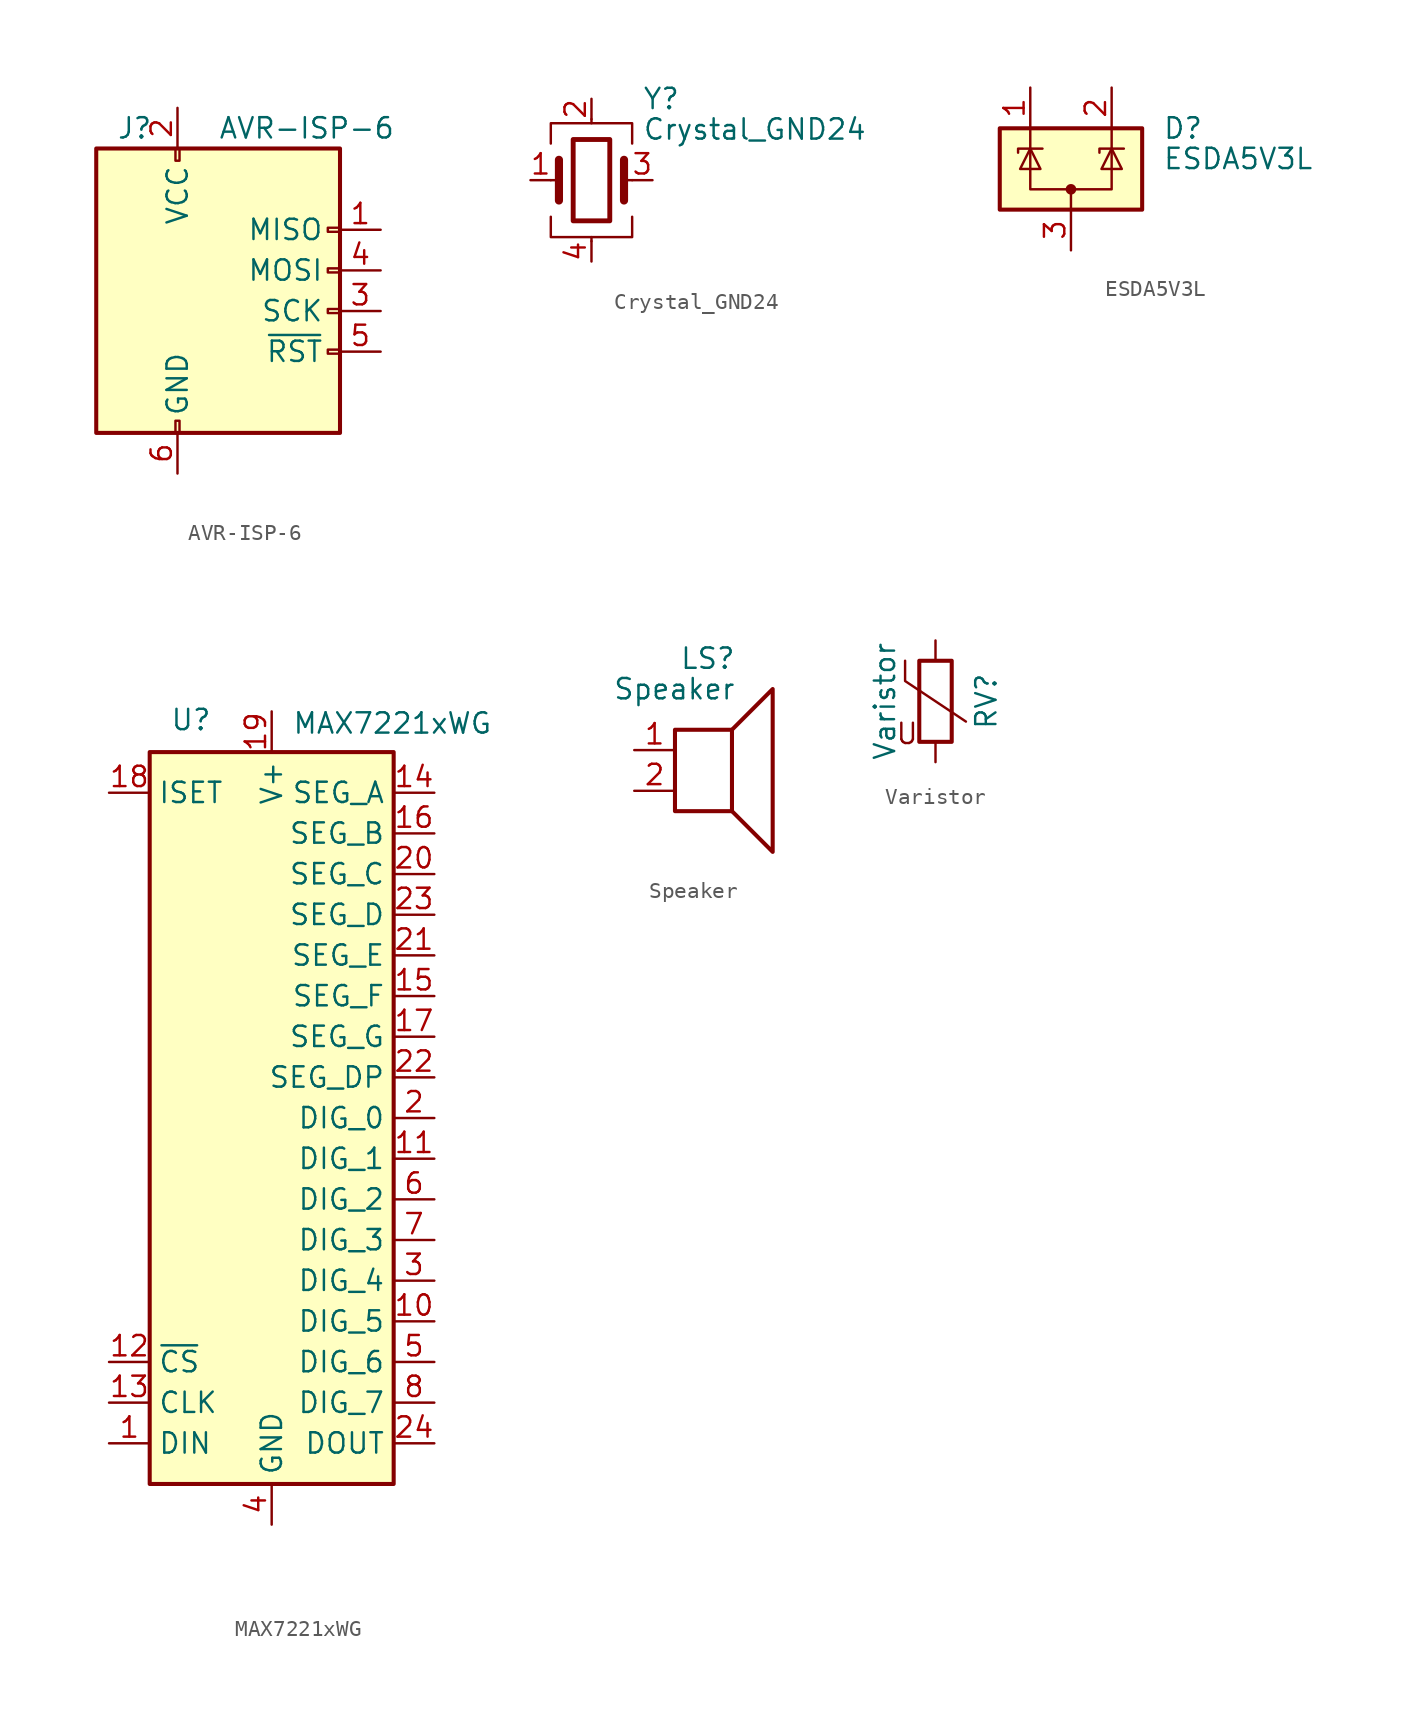
<source format=kicad_sym>
(kicad_symbol_lib
  (version 20241209)
  (generator "kicad_symbol_editor")
  (generator_version "9.0")
  (symbol "AVR-ISP-6"
    (pin_names
      (offset 1.016))
    (property "Reference" "J"
      (at -6.35 11.43 0)
      (effects (font (size 1.27 1.27)) (justify left)))
    (property "Value" "AVR-ISP-6"
      (at 0 11.43 0)
      (effects (font (size 1.27 1.27)) (justify left)))
    (symbol "AVR-ISP-6_0_1"
      (rectangle (start -2.667 10.16) (end -2.413 9.398) (stroke (width 0) (type default)) (fill (type none)))
      (rectangle (start -2.667 -6.858) (end -2.413 -7.62) (stroke (width 0) (type default)) (fill (type none)))
      (rectangle (start 7.62 10.16) (end -7.62 -7.62) (stroke (width 0.254) (type default)) (fill (type background)))
      (rectangle (start 7.62 5.207) (end 6.858 4.953) (stroke (width 0) (type default)) (fill (type none)))
      (rectangle (start 7.62 2.667) (end 6.858 2.413) (stroke (width 0) (type default)) (fill (type none)))
      (rectangle (start 7.62 0.127) (end 6.858 -0.127) (stroke (width 0) (type default)) (fill (type none)))
      (rectangle (start 7.62 -2.413) (end 6.858 -2.667) (stroke (width 0) (type default)) (fill (type none))))
    (symbol "AVR-ISP-6_1_1"
      (pin passive line (at -2.54 12.7 270) (length 2.54) (name "VCC" (effects (font (size 1.27 1.27)))) (number "2" (effects (font (size 1.27 1.27)))))
      (pin passive line (at -2.54 -10.16 90) (length 2.54) (name "GND" (effects (font (size 1.27 1.27)))) (number "6" (effects (font (size 1.27 1.27)))))
      (pin passive line (at 10.16 5.08 180) (length 2.54) (name "MISO" (effects (font (size 1.27 1.27)))) (number "1" (effects (font (size 1.27 1.27)))))
      (pin passive line (at 10.16 2.54 180) (length 2.54) (name "MOSI" (effects (font (size 1.27 1.27)))) (number "4" (effects (font (size 1.27 1.27)))))
      (pin passive line (at 10.16 0 180) (length 2.54) (name "SCK" (effects (font (size 1.27 1.27)))) (number "3" (effects (font (size 1.27 1.27)))))
      (pin passive line (at 10.16 -2.54 180) (length 2.54) (name "~{RST}" (effects (font (size 1.27 1.27)))) (number "5" (effects (font (size 1.27 1.27)))))))
  (symbol "Crystal_GND24"
    (pin_names
      (offset 1.016)
      (hide yes))
    (property "Reference" "Y"
      (at 3.175 5.08 0)
      (effects (font (size 1.27 1.27)) (justify left)))
    (property "Value" "Crystal_GND24"
      (at 3.175 3.175 0)
      (effects (font (size 1.27 1.27)) (justify left)))
    (symbol "Crystal_GND24_0_1"
      (polyline (pts (xy -2.54 2.286) (xy -2.54 3.556) (xy 2.54 3.556) (xy 2.54 2.286)) (stroke (width 0) (type default)) (fill (type none)))
      (polyline (pts (xy -2.54 0) (xy -2.032 0)) (stroke (width 0) (type default)) (fill (type none)))
      (polyline (pts (xy -2.54 -2.286) (xy -2.54 -3.556) (xy 2.54 -3.556) (xy 2.54 -2.286)) (stroke (width 0) (type default)) (fill (type none)))
      (polyline (pts (xy -2.032 -1.27) (xy -2.032 1.27)) (stroke (width 0.508) (type default)) (fill (type none)))
      (rectangle (start -1.143 2.54) (end 1.143 -2.54) (stroke (width 0.305) (type default)) (fill (type none)))
      (polyline (pts (xy 0 3.556) (xy 0 3.81)) (stroke (width 0) (type default)) (fill (type none)))
      (polyline (pts (xy 0 -3.81) (xy 0 -3.556)) (stroke (width 0) (type default)) (fill (type none)))
      (polyline (pts (xy 2.032 0) (xy 2.54 0)) (stroke (width 0) (type default)) (fill (type none)))
      (polyline (pts (xy 2.032 -1.27) (xy 2.032 1.27)) (stroke (width 0.508) (type default)) (fill (type none))))
    (symbol "Crystal_GND24_1_1"
      (pin passive line (at -3.81 0 0) (length 1.27) (name "1" (effects (font (size 1.27 1.27)))) (number "1" (effects (font (size 1.27 1.27)))))
      (pin passive line (at 0 5.08 270) (length 1.27) (name "2" (effects (font (size 1.27 1.27)))) (number "2" (effects (font (size 1.27 1.27)))))
      (pin passive line (at 0 -5.08 90) (length 1.27) (name "4" (effects (font (size 1.27 1.27)))) (number "4" (effects (font (size 1.27 1.27)))))
      (pin passive line (at 3.81 0 180) (length 1.27) (name "3" (effects (font (size 1.27 1.27)))) (number "3" (effects (font (size 1.27 1.27)))))))
  (symbol "ESDA5V3L"
    (pin_names
      (hide yes))
    (property "Reference" "D"
      (at 5.715 2.54 0)
      (effects (font (size 1.27 1.27)) (justify left)))
    (property "Value" "ESDA5V3L"
      (at 5.715 0.635 0)
      (effects (font (size 1.27 1.27)) (justify left)))
    (symbol "ESDA5V3L_0_0"
      (pin passive line (at 0 -5.08 90) (length 2.54) (name "A" (effects (font (size 1.27 1.27)))) (number "3" (effects (font (size 1.27 1.27))))))
    (symbol "ESDA5V3L_0_1"
      (rectangle (start -4.445 2.54) (end 4.445 -2.54) (stroke (width 0.254) (type default)) (fill (type background)))
      (polyline (pts (xy -3.302 1.016) (xy -3.302 1.27) (xy -1.905 1.27) (xy -1.778 1.27)) (stroke (width 0) (type default)) (fill (type none)))
      (polyline (pts (xy -2.54 2.54) (xy -2.54 1.27)) (stroke (width 0) (type default)) (fill (type none)))
      (polyline (pts (xy -2.54 1.27) (xy -2.54 -1.27) (xy 2.54 -1.27) (xy 2.54 1.27)) (stroke (width 0) (type default)) (fill (type none)))
      (polyline (pts (xy -2.54 1.27) (xy -1.905 0) (xy -3.175 0) (xy -2.54 1.27)) (stroke (width 0) (type default)) (fill (type none)))
      (polyline (pts (xy 0 -1.27) (xy 0 -2.54)) (stroke (width 0) (type default)) (fill (type none)))
      (circle (center 0 -1.27) (radius 0.254) (stroke (width 0) (type default)) (fill (type outline)))
      (polyline (pts (xy 1.778 1.016) (xy 1.778 1.27) (xy 3.175 1.27) (xy 3.302 1.27)) (stroke (width 0) (type default)) (fill (type none)))
      (polyline (pts (xy 2.54 2.54) (xy 2.54 1.27)) (stroke (width 0) (type default)) (fill (type none)))
      (polyline (pts (xy 2.54 1.27) (xy 1.905 0) (xy 3.175 0) (xy 2.54 1.27)) (stroke (width 0) (type default)) (fill (type none))))
    (symbol "ESDA5V3L_1_1"
      (pin passive line (at -2.54 5.08 270) (length 2.54) (name "K" (effects (font (size 1.27 1.27)))) (number "1" (effects (font (size 1.27 1.27)))))
      (pin passive line (at 2.54 5.08 270) (length 2.54) (name "K" (effects (font (size 1.27 1.27)))) (number "2" (effects (font (size 1.27 1.27)))))))
  (symbol "MAX7221xWG"
    (property "Reference" "U"
      (at -6.35 24.13 0)
      (effects (font (size 1.27 1.27)) (justify left bottom)))
    (property "Value" "MAX7221xWG"
      (at 1.27 25.4 0)
      (effects (font (size 1.27 1.27)) (justify left top)))
    (symbol "MAX7221xWG_0_1"
      (rectangle (start -7.62 22.86) (end 7.62 -22.86) (stroke (width 0.254) (type default)) (fill (type background))))
    (symbol "MAX7221xWG_1_1"
      (pin input line (at -10.16 20.32 0) (length 2.54) (name "ISET" (effects (font (size 1.27 1.27)))) (number "18" (effects (font (size 1.27 1.27)))))
      (pin input line (at -10.16 -15.24 0) (length 2.54) (name "~{CS}" (effects (font (size 1.27 1.27)))) (number "12" (effects (font (size 1.27 1.27)))))
      (pin input line (at -10.16 -17.78 0) (length 2.54) (name "CLK" (effects (font (size 1.27 1.27)))) (number "13" (effects (font (size 1.27 1.27)))))
      (pin input line (at -10.16 -20.32 0) (length 2.54) (name "DIN" (effects (font (size 1.27 1.27)))) (number "1" (effects (font (size 1.27 1.27)))))
      (pin power_in line (at 0 25.4 270) (length 2.54) (name "V+" (effects (font (size 1.27 1.27)))) (number "19" (effects (font (size 1.27 1.27)))))
      (pin power_in line (at 0 -25.4 90) (length 2.54) (name "GND" (effects (font (size 1.27 1.27)))) (number "4" (effects (font (size 1.27 1.27)))))
      (pin passive line (at 0 -25.4 90) (length 2.54) (hide yes) (name "GND" (effects (font (size 1.27 1.27)))) (number "9" (effects (font (size 1.27 1.27)))))
      (pin open_emitter line (at 10.16 20.32 180) (length 2.54) (name "SEG_A" (effects (font (size 1.27 1.27)))) (number "14" (effects (font (size 1.27 1.27)))))
      (pin open_emitter line (at 10.16 17.78 180) (length 2.54) (name "SEG_B" (effects (font (size 1.27 1.27)))) (number "16" (effects (font (size 1.27 1.27)))))
      (pin open_emitter line (at 10.16 15.24 180) (length 2.54) (name "SEG_C" (effects (font (size 1.27 1.27)))) (number "20" (effects (font (size 1.27 1.27)))))
      (pin open_emitter line (at 10.16 12.7 180) (length 2.54) (name "SEG_D" (effects (font (size 1.27 1.27)))) (number "23" (effects (font (size 1.27 1.27)))))
      (pin open_emitter line (at 10.16 10.16 180) (length 2.54) (name "SEG_E" (effects (font (size 1.27 1.27)))) (number "21" (effects (font (size 1.27 1.27)))))
      (pin open_emitter line (at 10.16 7.62 180) (length 2.54) (name "SEG_F" (effects (font (size 1.27 1.27)))) (number "15" (effects (font (size 1.27 1.27)))))
      (pin open_emitter line (at 10.16 5.08 180) (length 2.54) (name "SEG_G" (effects (font (size 1.27 1.27)))) (number "17" (effects (font (size 1.27 1.27)))))
      (pin open_emitter line (at 10.16 2.54 180) (length 2.54) (name "SEG_DP" (effects (font (size 1.27 1.27)))) (number "22" (effects (font (size 1.27 1.27)))))
      (pin open_collector line (at 10.16 0 180) (length 2.54) (name "DIG_0" (effects (font (size 1.27 1.27)))) (number "2" (effects (font (size 1.27 1.27)))))
      (pin open_collector line (at 10.16 -2.54 180) (length 2.54) (name "DIG_1" (effects (font (size 1.27 1.27)))) (number "11" (effects (font (size 1.27 1.27)))))
      (pin open_collector line (at 10.16 -5.08 180) (length 2.54) (name "DIG_2" (effects (font (size 1.27 1.27)))) (number "6" (effects (font (size 1.27 1.27)))))
      (pin open_collector line (at 10.16 -7.62 180) (length 2.54) (name "DIG_3" (effects (font (size 1.27 1.27)))) (number "7" (effects (font (size 1.27 1.27)))))
      (pin open_collector line (at 10.16 -10.16 180) (length 2.54) (name "DIG_4" (effects (font (size 1.27 1.27)))) (number "3" (effects (font (size 1.27 1.27)))))
      (pin open_collector line (at 10.16 -12.7 180) (length 2.54) (name "DIG_5" (effects (font (size 1.27 1.27)))) (number "10" (effects (font (size 1.27 1.27)))))
      (pin open_collector line (at 10.16 -15.24 180) (length 2.54) (name "DIG_6" (effects (font (size 1.27 1.27)))) (number "5" (effects (font (size 1.27 1.27)))))
      (pin open_collector line (at 10.16 -17.78 180) (length 2.54) (name "DIG_7" (effects (font (size 1.27 1.27)))) (number "8" (effects (font (size 1.27 1.27)))))
      (pin output line (at 10.16 -20.32 180) (length 2.54) (name "DOUT" (effects (font (size 1.27 1.27)))) (number "24" (effects (font (size 1.27 1.27)))))))
  (symbol "Speaker"
    (pin_names
      (offset 0)
      (hide yes))
    (property "Reference" "LS"
      (at 1.27 5.715 0)
      (effects (font (size 1.27 1.27)) (justify right)))
    (property "Value" "Speaker"
      (at 1.27 3.81 0)
      (effects (font (size 1.27 1.27)) (justify right)))
    (symbol "Speaker_0_0"
      (rectangle (start -2.54 1.27) (end 1.016 -3.81) (stroke (width 0.254) (type default)) (fill (type none)))
      (polyline (pts (xy 1.016 1.27) (xy 3.556 3.81) (xy 3.556 -6.35) (xy 1.016 -3.81)) (stroke (width 0.254) (type default)) (fill (type none))))
    (symbol "Speaker_1_1"
      (pin input line (at -5.08 0 0) (length 2.54) (name "1" (effects (font (size 1.27 1.27)))) (number "1" (effects (font (size 1.27 1.27)))))
      (pin input line (at -5.08 -2.54 0) (length 2.54) (name "2" (effects (font (size 1.27 1.27)))) (number "2" (effects (font (size 1.27 1.27)))))))
  (symbol "Varistor"
    (pin_numbers
      (hide yes))
    (pin_names
      (offset 0))
    (property "Reference" "RV"
      (at 3.175 0 90)
      (effects (font (size 1.27 1.27))))
    (property "Value" "Varistor"
      (at -3.175 0 90)
      (effects (font (size 1.27 1.27))))
    (symbol "Varistor_0_0"
      (text "U" (at -1.778 -2.032 0) (effects (font (size 1.27 1.27)))))
    (symbol "Varistor_0_1"
      (polyline (pts (xy -1.905 2.54) (xy -1.905 1.27) (xy 1.905 -1.27)) (stroke (width 0) (type default)) (fill (type none)))
      (rectangle (start -1.016 -2.54) (end 1.016 2.54) (stroke (width 0.254) (type default)) (fill (type none))))
    (symbol "Varistor_1_1"
      (pin passive line (at 0 3.81 270) (length 1.27) (name "~" (effects (font (size 1.27 1.27)))) (number "1" (effects (font (size 1.27 1.27)))))
      (pin passive line (at 0 -3.81 90) (length 1.27) (name "~" (effects (font (size 1.27 1.27)))) (number "2" (effects (font (size 1.27 1.27))))))))
</source>
